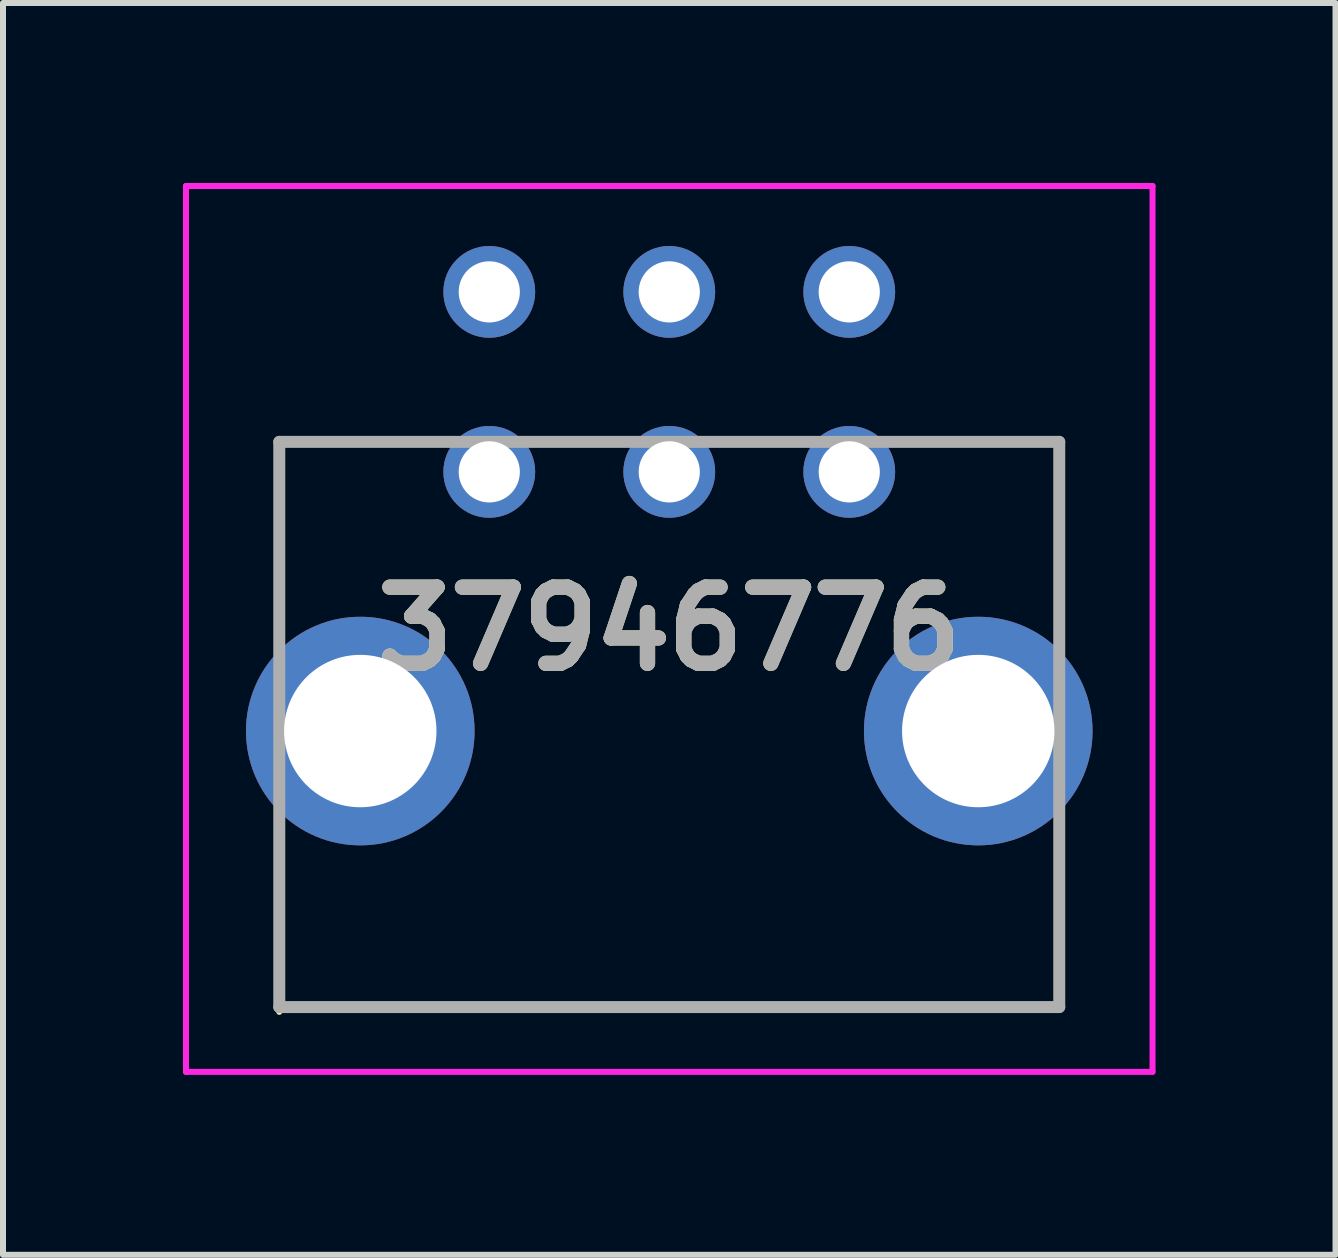
<source format=kicad_pcb>
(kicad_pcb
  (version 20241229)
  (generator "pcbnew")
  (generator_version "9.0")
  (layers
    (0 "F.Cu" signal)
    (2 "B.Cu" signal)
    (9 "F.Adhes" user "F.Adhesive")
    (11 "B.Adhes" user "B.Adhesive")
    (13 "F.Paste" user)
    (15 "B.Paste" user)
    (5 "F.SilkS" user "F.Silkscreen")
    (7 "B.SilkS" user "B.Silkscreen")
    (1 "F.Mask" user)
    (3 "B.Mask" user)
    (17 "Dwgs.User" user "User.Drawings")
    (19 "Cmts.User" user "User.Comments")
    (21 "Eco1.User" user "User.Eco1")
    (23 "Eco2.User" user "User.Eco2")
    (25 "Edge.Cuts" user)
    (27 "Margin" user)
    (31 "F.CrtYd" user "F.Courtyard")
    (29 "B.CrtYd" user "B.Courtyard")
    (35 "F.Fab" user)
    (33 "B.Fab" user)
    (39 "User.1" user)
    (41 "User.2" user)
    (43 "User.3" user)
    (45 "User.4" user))
  (footprint "37946776"
    (layer "F.Cu")
    (at 5.105 4.815)
    (property "Reference" "37946776" (at 3 2.617 0) (layer "F.SilkS") (effects (font (size 1.27 1.27) (thickness 0.254))))
    (attr through_hole)
    (fp_line (start -3.5 6) (end -3.5 9) (stroke (width 0.1) (type solid)) (layer "F.SilkS"))
    (fp_line (start -3.5 8.92) (end 9.5 8.92) (stroke (width 0.1) (type solid)) (layer "F.SilkS"))
    (fp_line (start 9.5 8.92) (end 9.5 6) (stroke (width 0.1) (type solid)) (layer "F.SilkS"))
    (fp_line (start -5.055 -4.765) (end 11.055 -4.765) (stroke (width 0.1) (type solid)) (layer "F.CrtYd"))
    (fp_line (start -5.055 10) (end -5.055 -4.765) (stroke (width 0.1) (type solid)) (layer "F.CrtYd"))
    (fp_line (start 11.055 -4.765) (end 11.055 10) (stroke (width 0.1) (type solid)) (layer "F.CrtYd"))
    (fp_line (start 11.055 10) (end -5.055 10) (stroke (width 0.1) (type solid)) (layer "F.CrtYd"))
    (fp_line (start -3.5 -0.5) (end 9.5 -0.5) (stroke (width 0.2) (type solid)) (layer "F.Fab"))
    (fp_line (start -3.5 8.92) (end -3.5 -0.5) (stroke (width 0.2) (type solid)) (layer "F.Fab"))
    (fp_line (start 9.5 -0.5) (end 9.5 8.92) (stroke (width 0.2) (type solid)) (layer "F.Fab"))
    (fp_line (start 9.5 8.92) (end -3.5 8.92) (stroke (width 0.2) (type solid)) (layer "F.Fab"))
    (fp_text user "${REFERENCE}" (at 3 2.617 0) (layer "F.Fab") (effects (font (size 1.27 1.27) (thickness 0.254))))
    (pad "1" thru_hole circle (at 0 0) (size 1.53 1.53) (drill 1.02) (layers "*.Cu" "*.Mask"))
    (pad "2" thru_hole circle (at 0 -3) (size 1.53 1.53) (drill 1.02) (layers "*.Cu" "*.Mask"))
    (pad "3" thru_hole circle (at 3 0) (size 1.53 1.53) (drill 1.02) (layers "*.Cu" "*.Mask"))
    (pad "4" thru_hole circle (at 3 -3) (size 1.53 1.53) (drill 1.02) (layers "*.Cu" "*.Mask"))
    (pad "5" thru_hole circle (at 6 0) (size 1.53 1.53) (drill 1.02) (layers "*.Cu" "*.Mask"))
    (pad "6" thru_hole circle (at 6 -3) (size 1.53 1.53) (drill 1.02) (layers "*.Cu" "*.Mask"))
    (pad "MH1" thru_hole circle (at -2.15 4.32) (size 3.81 3.81) (drill 2.54) (layers "*.Cu" "*.Mask"))
    (pad "MH2" thru_hole circle (at 8.15 4.32) (size 3.81 3.81) (drill 2.54) (layers "*.Cu" "*.Mask")))
  (gr_rect
    (start -3 -3)
    (end 19.21 17.865)
    (stroke (width 0.1) (type default))
    (fill no)
    (layer "Edge.Cuts")))
</source>
